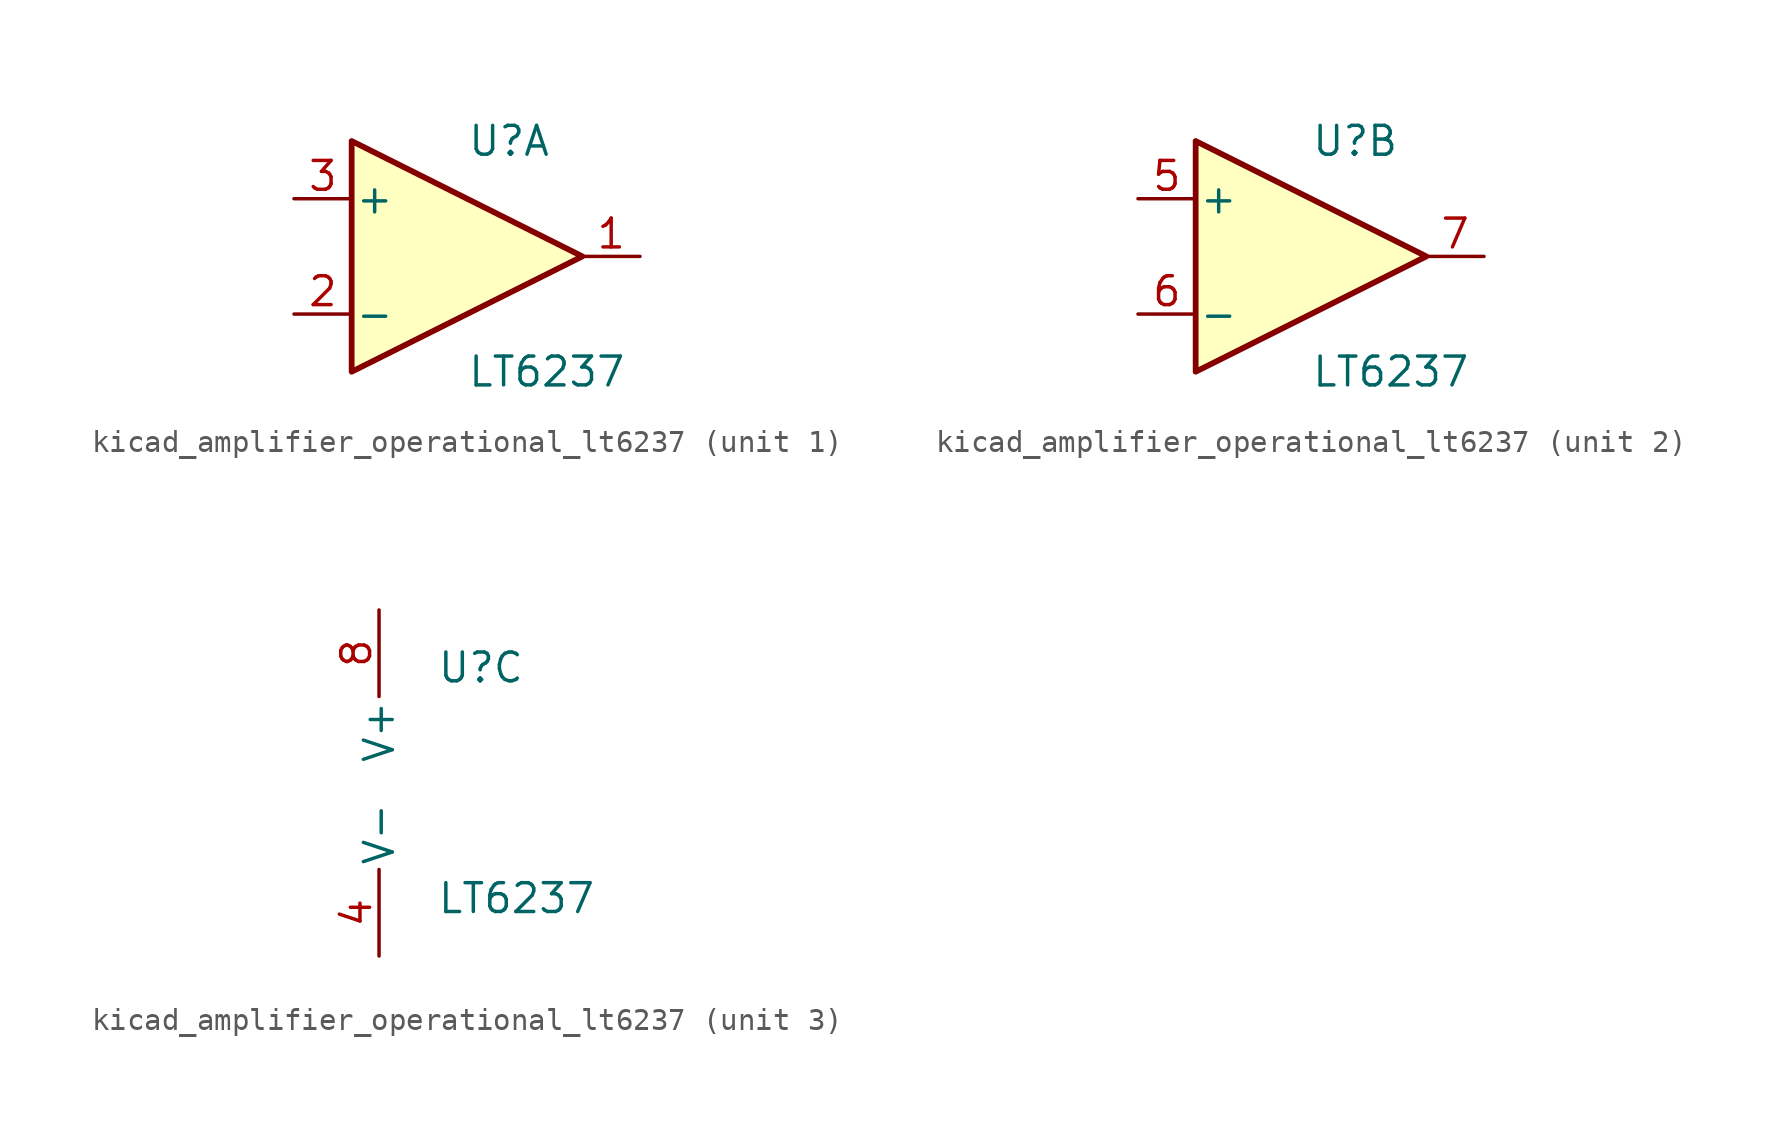
<source format=kicad_sym>
(kicad_symbol_lib
  (version 20220914)
  (generator kicad_symbol_editor)
  (symbol "kicad_amplifier_operational_lt6237"
    (pin_names
      (offset 0.127))
    (property "Reference" "U"
      (at 0 5.08 0)
      (effects (font (size 1.27 1.27)) (justify left)))
    (property "Value" "LT6237"
      (at 0 -5.08 0)
      (effects (font (size 1.27 1.27)) (justify left)))
    (property "ki_locked" ""
      (at 0 0 0)
      (effects (font (size 1.27 1.27))))
    (symbol "kicad_amplifier_operational_lt6237_1_1"
      (polyline (pts (xy -5.08 5.08) (xy 5.08 0) (xy -5.08 -5.08) (xy -5.08 5.08)) (stroke (width 0.254) (type default)) (fill (type background)))
      (pin output line (at 7.62 0 180) (length 2.54) (name "~" (effects (font (size 1.27 1.27)))) (number "1" (effects (font (size 1.27 1.27)))))
      (pin input line (at -7.62 -2.54 0) (length 2.54) (name "-" (effects (font (size 1.27 1.27)))) (number "2" (effects (font (size 1.27 1.27)))))
      (pin input line (at -7.62 2.54 0) (length 2.54) (name "+" (effects (font (size 1.27 1.27)))) (number "3" (effects (font (size 1.27 1.27))))))
    (symbol "kicad_amplifier_operational_lt6237_2_1"
      (polyline (pts (xy -5.08 5.08) (xy 5.08 0) (xy -5.08 -5.08) (xy -5.08 5.08)) (stroke (width 0.254) (type default)) (fill (type background)))
      (pin input line (at -7.62 2.54 0) (length 2.54) (name "+" (effects (font (size 1.27 1.27)))) (number "5" (effects (font (size 1.27 1.27)))))
      (pin input line (at -7.62 -2.54 0) (length 2.54) (name "-" (effects (font (size 1.27 1.27)))) (number "6" (effects (font (size 1.27 1.27)))))
      (pin output line (at 7.62 0 180) (length 2.54) (name "~" (effects (font (size 1.27 1.27)))) (number "7" (effects (font (size 1.27 1.27))))))
    (symbol "kicad_amplifier_operational_lt6237_3_1"
      (pin power_in line (at -2.54 -7.62 90) (length 3.81) (name "V-" (effects (font (size 1.27 1.27)))) (number "4" (effects (font (size 1.27 1.27)))))
      (pin power_in line (at -2.54 7.62 270) (length 3.81) (name "V+" (effects (font (size 1.27 1.27)))) (number "8" (effects (font (size 1.27 1.27))))))))
</source>
